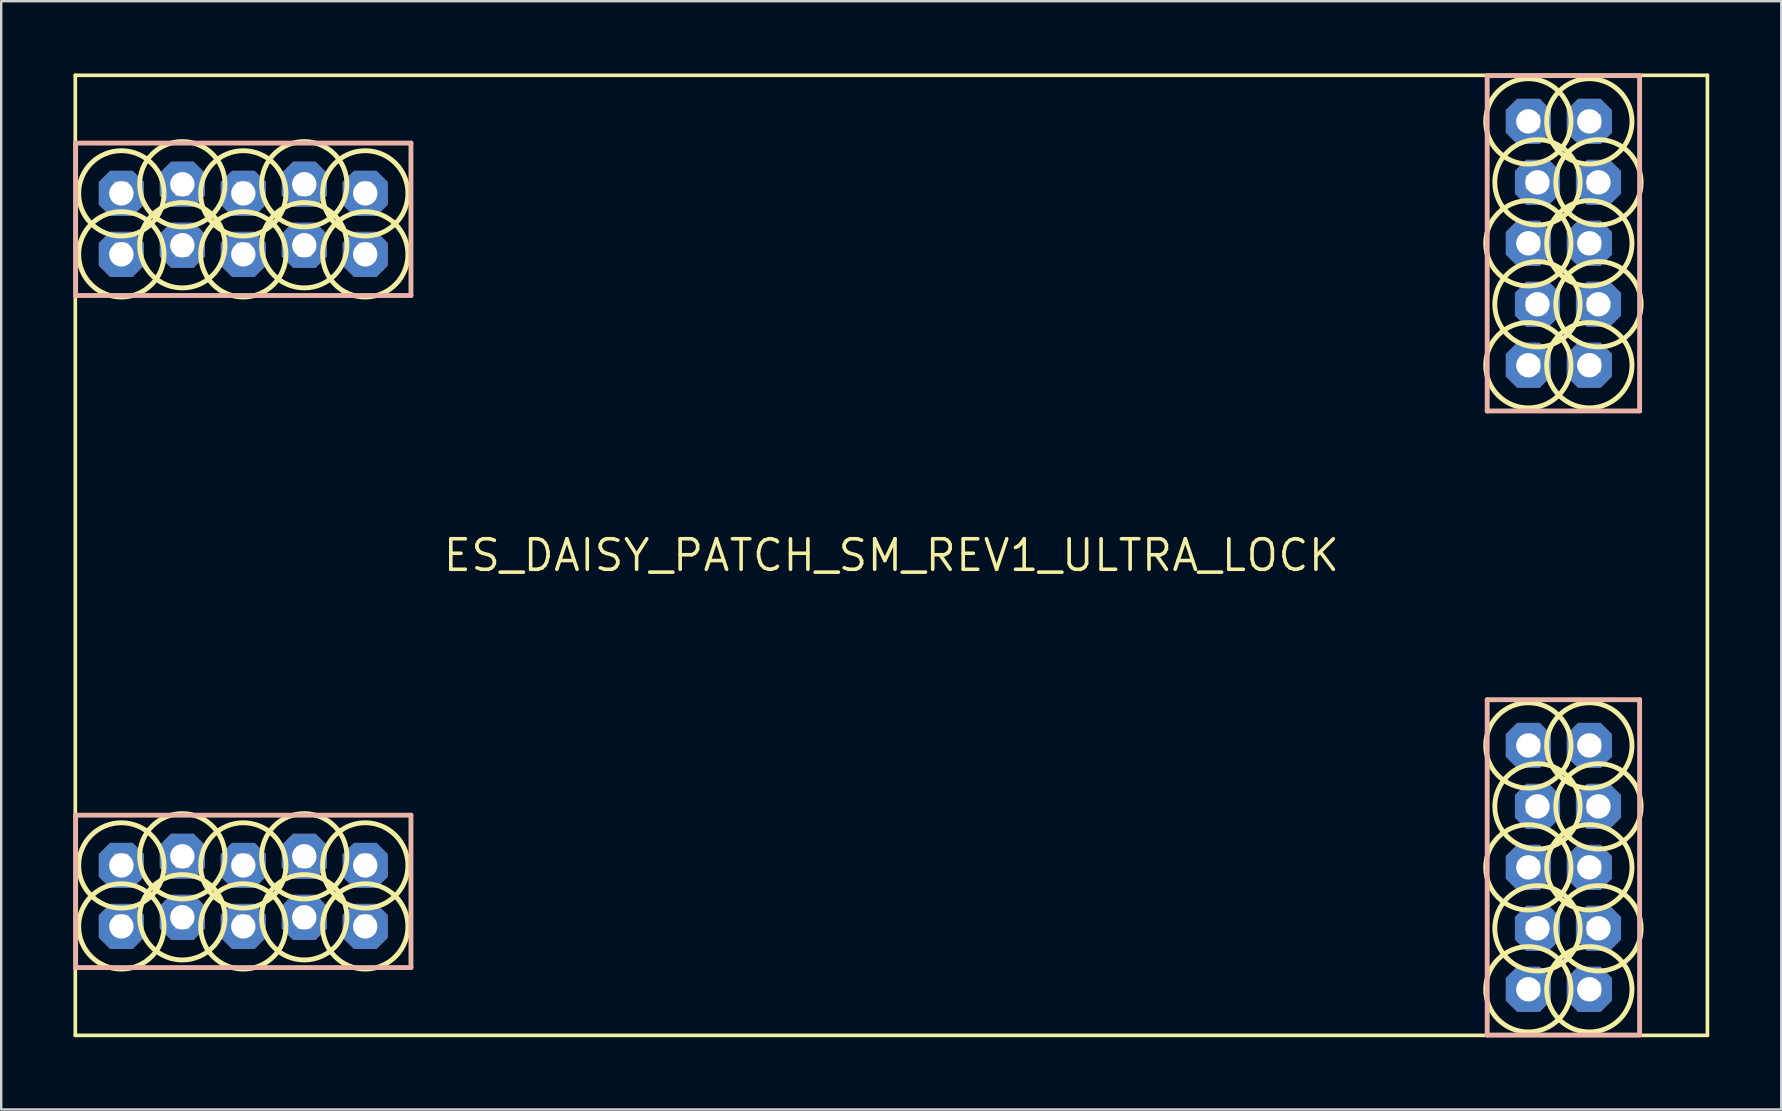
<source format=kicad_pcb>
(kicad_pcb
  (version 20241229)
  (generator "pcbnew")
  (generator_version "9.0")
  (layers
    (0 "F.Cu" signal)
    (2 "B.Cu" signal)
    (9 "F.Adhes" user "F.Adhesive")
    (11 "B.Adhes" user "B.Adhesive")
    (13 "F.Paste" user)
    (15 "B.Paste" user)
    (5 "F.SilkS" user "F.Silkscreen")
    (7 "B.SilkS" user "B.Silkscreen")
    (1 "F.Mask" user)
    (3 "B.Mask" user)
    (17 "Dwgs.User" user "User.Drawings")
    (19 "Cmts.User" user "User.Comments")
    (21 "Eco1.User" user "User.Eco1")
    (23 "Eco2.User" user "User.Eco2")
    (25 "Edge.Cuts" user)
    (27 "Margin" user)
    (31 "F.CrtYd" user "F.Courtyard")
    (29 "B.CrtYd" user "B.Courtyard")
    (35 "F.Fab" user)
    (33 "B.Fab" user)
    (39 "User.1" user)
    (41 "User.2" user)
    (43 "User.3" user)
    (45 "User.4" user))
  (footprint "ES_DAISY_PATCH_SM_REV1_ULTRA_LOCK"
    (layer "F.Cu")
    (at 34.087 20.087)
    (property "Reference" "ES_DAISY_PATCH_SM_REV1_ULTRA_LOCK" (at 0 0 0) (layer "F.SilkS") (effects (font (size 1.27 1.27) (thickness 0.15))))
    (fp_line (start -34 -20) (end 34 -20) (stroke (width 0.152) (type solid)) (layer "F.SilkS"))
    (fp_line (start -34 20) (end -34 -20) (stroke (width 0.152) (type solid)) (layer "F.SilkS"))
    (fp_line (start -34 20) (end 34 20) (stroke (width 0.152) (type solid)) (layer "F.SilkS"))
    (fp_line (start 34 20) (end 34 -20) (stroke (width 0.152) (type solid)) (layer "F.SilkS"))
    (fp_circle (center -32.08 -15.08) (end -30.302 -15.08) (stroke (width 0.203) (type solid)) (fill no) (layer "F.SilkS"))
    (fp_circle (center -32.08 -12.54) (end -30.302 -12.54) (stroke (width 0.203) (type solid)) (fill no) (layer "F.SilkS"))
    (fp_circle (center -32.08 12.92) (end -30.302 12.92) (stroke (width 0.203) (type solid)) (fill no) (layer "F.SilkS"))
    (fp_circle (center -32.08 15.46) (end -30.302 15.46) (stroke (width 0.203) (type solid)) (fill no) (layer "F.SilkS"))
    (fp_circle (center -29.54 -15.46) (end -27.762 -15.46) (stroke (width 0.203) (type solid)) (fill no) (layer "F.SilkS"))
    (fp_circle (center -29.54 -12.92) (end -27.762 -12.92) (stroke (width 0.203) (type solid)) (fill no) (layer "F.SilkS"))
    (fp_circle (center -29.54 12.54) (end -27.762 12.54) (stroke (width 0.203) (type solid)) (fill no) (layer "F.SilkS"))
    (fp_circle (center -29.54 15.08) (end -27.762 15.08) (stroke (width 0.203) (type solid)) (fill no) (layer "F.SilkS"))
    (fp_circle (center -27 -15.08) (end -25.222 -15.08) (stroke (width 0.203) (type solid)) (fill no) (layer "F.SilkS"))
    (fp_circle (center -27 -12.54) (end -25.222 -12.54) (stroke (width 0.203) (type solid)) (fill no) (layer "F.SilkS"))
    (fp_circle (center -27 12.92) (end -25.222 12.92) (stroke (width 0.203) (type solid)) (fill no) (layer "F.SilkS"))
    (fp_circle (center -27 15.46) (end -25.222 15.46) (stroke (width 0.203) (type solid)) (fill no) (layer "F.SilkS"))
    (fp_circle (center -24.46 -15.46) (end -22.682 -15.46) (stroke (width 0.203) (type solid)) (fill no) (layer "F.SilkS"))
    (fp_circle (center -24.46 -12.92) (end -22.682 -12.92) (stroke (width 0.203) (type solid)) (fill no) (layer "F.SilkS"))
    (fp_circle (center -24.46 12.54) (end -22.682 12.54) (stroke (width 0.203) (type solid)) (fill no) (layer "F.SilkS"))
    (fp_circle (center -24.46 15.08) (end -22.682 15.08) (stroke (width 0.203) (type solid)) (fill no) (layer "F.SilkS"))
    (fp_circle (center -21.92 -15.08) (end -20.142 -15.08) (stroke (width 0.203) (type solid)) (fill no) (layer "F.SilkS"))
    (fp_circle (center -21.92 -12.54) (end -20.142 -12.54) (stroke (width 0.203) (type solid)) (fill no) (layer "F.SilkS"))
    (fp_circle (center -21.92 12.92) (end -20.142 12.92) (stroke (width 0.203) (type solid)) (fill no) (layer "F.SilkS"))
    (fp_circle (center -21.92 15.46) (end -20.142 15.46) (stroke (width 0.203) (type solid)) (fill no) (layer "F.SilkS"))
    (fp_circle (center 26.54 -18.08) (end 28.318 -18.08) (stroke (width 0.203) (type solid)) (fill no) (layer "F.SilkS"))
    (fp_circle (center 26.54 -13) (end 28.318 -13) (stroke (width 0.203) (type solid)) (fill no) (layer "F.SilkS"))
    (fp_circle (center 26.54 -7.92) (end 28.318 -7.92) (stroke (width 0.203) (type solid)) (fill no) (layer "F.SilkS"))
    (fp_circle (center 26.54 7.92) (end 28.318 7.92) (stroke (width 0.203) (type solid)) (fill no) (layer "F.SilkS"))
    (fp_circle (center 26.54 13) (end 28.318 13) (stroke (width 0.203) (type solid)) (fill no) (layer "F.SilkS"))
    (fp_circle (center 26.54 18.08) (end 28.318 18.08) (stroke (width 0.203) (type solid)) (fill no) (layer "F.SilkS"))
    (fp_circle (center 26.92 -15.54) (end 28.698 -15.54) (stroke (width 0.203) (type solid)) (fill no) (layer "F.SilkS"))
    (fp_circle (center 26.92 -10.46) (end 28.698 -10.46) (stroke (width 0.203) (type solid)) (fill no) (layer "F.SilkS"))
    (fp_circle (center 26.92 10.46) (end 28.698 10.46) (stroke (width 0.203) (type solid)) (fill no) (layer "F.SilkS"))
    (fp_circle (center 26.92 15.54) (end 28.698 15.54) (stroke (width 0.203) (type solid)) (fill no) (layer "F.SilkS"))
    (fp_circle (center 29.08 -18.08) (end 30.858 -18.08) (stroke (width 0.203) (type solid)) (fill no) (layer "F.SilkS"))
    (fp_circle (center 29.08 -13) (end 30.858 -13) (stroke (width 0.203) (type solid)) (fill no) (layer "F.SilkS"))
    (fp_circle (center 29.08 -7.92) (end 30.858 -7.92) (stroke (width 0.203) (type solid)) (fill no) (layer "F.SilkS"))
    (fp_circle (center 29.08 7.92) (end 30.858 7.92) (stroke (width 0.203) (type solid)) (fill no) (layer "F.SilkS"))
    (fp_circle (center 29.08 13) (end 30.858 13) (stroke (width 0.203) (type solid)) (fill no) (layer "F.SilkS"))
    (fp_circle (center 29.08 18.08) (end 30.858 18.08) (stroke (width 0.203) (type solid)) (fill no) (layer "F.SilkS"))
    (fp_circle (center 29.46 -15.54) (end 31.238 -15.54) (stroke (width 0.203) (type solid)) (fill no) (layer "F.SilkS"))
    (fp_circle (center 29.46 -10.46) (end 31.238 -10.46) (stroke (width 0.203) (type solid)) (fill no) (layer "F.SilkS"))
    (fp_circle (center 29.46 10.46) (end 31.238 10.46) (stroke (width 0.203) (type solid)) (fill no) (layer "F.SilkS"))
    (fp_circle (center 29.46 15.54) (end 31.238 15.54) (stroke (width 0.203) (type solid)) (fill no) (layer "F.SilkS"))
    (fp_line (start -33.985 -17.175) (end -20.015 -17.175) (stroke (width 0.203) (type solid)) (layer "B.SilkS"))
    (fp_line (start -33.985 -10.825) (end -33.985 -17.175) (stroke (width 0.203) (type solid)) (layer "B.SilkS"))
    (fp_line (start -33.985 10.825) (end -20.015 10.825) (stroke (width 0.203) (type solid)) (layer "B.SilkS"))
    (fp_line (start -33.985 17.175) (end -33.985 10.825) (stroke (width 0.203) (type solid)) (layer "B.SilkS"))
    (fp_line (start -20.015 -17.175) (end -20.015 -10.825) (stroke (width 0.203) (type solid)) (layer "B.SilkS"))
    (fp_line (start -20.015 -10.825) (end -33.985 -10.825) (stroke (width 0.203) (type solid)) (layer "B.SilkS"))
    (fp_line (start -20.015 10.825) (end -20.015 17.175) (stroke (width 0.203) (type solid)) (layer "B.SilkS"))
    (fp_line (start -20.015 17.175) (end -33.985 17.175) (stroke (width 0.203) (type solid)) (layer "B.SilkS"))
    (fp_line (start 24.825 -19.985) (end 31.175 -19.985) (stroke (width 0.203) (type solid)) (layer "B.SilkS"))
    (fp_line (start 24.825 -6.015) (end 24.825 -19.985) (stroke (width 0.203) (type solid)) (layer "B.SilkS"))
    (fp_line (start 24.825 6.015) (end 31.175 6.015) (stroke (width 0.203) (type solid)) (layer "B.SilkS"))
    (fp_line (start 24.825 19.985) (end 24.825 6.015) (stroke (width 0.203) (type solid)) (layer "B.SilkS"))
    (fp_line (start 31.175 -19.985) (end 31.175 -6.015) (stroke (width 0.203) (type solid)) (layer "B.SilkS"))
    (fp_line (start 31.175 -6.015) (end 24.825 -6.015) (stroke (width 0.203) (type solid)) (layer "B.SilkS"))
    (fp_line (start 31.175 6.015) (end 31.175 19.985) (stroke (width 0.203) (type solid)) (layer "B.SilkS"))
    (fp_line (start 31.175 19.985) (end 24.825 19.985) (stroke (width 0.203) (type solid)) (layer "B.SilkS"))
    (fp_poly (pts (xy -31.826 -15.016) (xy -31.826 -15.524) (xy -32.334 -15.524) (xy -32.334 -15.016)) (stroke (width 0.1) (type solid)) (fill no) (layer "F.Fab"))
    (fp_poly (pts (xy -31.826 -12.476) (xy -31.826 -12.984) (xy -32.334 -12.984) (xy -32.334 -12.476)) (stroke (width 0.1) (type solid)) (fill no) (layer "F.Fab"))
    (fp_poly (pts (xy -31.826 12.984) (xy -31.826 12.476) (xy -32.334 12.476) (xy -32.334 12.984)) (stroke (width 0.1) (type solid)) (fill no) (layer "F.Fab"))
    (fp_poly (pts (xy -31.826 15.524) (xy -31.826 15.016) (xy -32.334 15.016) (xy -32.334 15.524)) (stroke (width 0.1) (type solid)) (fill no) (layer "F.Fab"))
    (fp_poly (pts (xy -29.286 -15.016) (xy -29.286 -15.524) (xy -29.794 -15.524) (xy -29.794 -15.016)) (stroke (width 0.1) (type solid)) (fill no) (layer "F.Fab"))
    (fp_poly (pts (xy -29.286 -12.476) (xy -29.286 -12.984) (xy -29.794 -12.984) (xy -29.794 -12.476)) (stroke (width 0.1) (type solid)) (fill no) (layer "F.Fab"))
    (fp_poly (pts (xy -29.286 12.984) (xy -29.286 12.476) (xy -29.794 12.476) (xy -29.794 12.984)) (stroke (width 0.1) (type solid)) (fill no) (layer "F.Fab"))
    (fp_poly (pts (xy -29.286 15.524) (xy -29.286 15.016) (xy -29.794 15.016) (xy -29.794 15.524)) (stroke (width 0.1) (type solid)) (fill no) (layer "F.Fab"))
    (fp_poly (pts (xy -26.746 -15.016) (xy -26.746 -15.524) (xy -27.254 -15.524) (xy -27.254 -15.016)) (stroke (width 0.1) (type solid)) (fill no) (layer "F.Fab"))
    (fp_poly (pts (xy -26.746 -12.476) (xy -26.746 -12.984) (xy -27.254 -12.984) (xy -27.254 -12.476)) (stroke (width 0.1) (type solid)) (fill no) (layer "F.Fab"))
    (fp_poly (pts (xy -26.746 12.984) (xy -26.746 12.476) (xy -27.254 12.476) (xy -27.254 12.984)) (stroke (width 0.1) (type solid)) (fill no) (layer "F.Fab"))
    (fp_poly (pts (xy -26.746 15.524) (xy -26.746 15.016) (xy -27.254 15.016) (xy -27.254 15.524)) (stroke (width 0.1) (type solid)) (fill no) (layer "F.Fab"))
    (fp_poly (pts (xy -24.206 -15.016) (xy -24.206 -15.524) (xy -24.714 -15.524) (xy -24.714 -15.016)) (stroke (width 0.1) (type solid)) (fill no) (layer "F.Fab"))
    (fp_poly (pts (xy -24.206 -12.476) (xy -24.206 -12.984) (xy -24.714 -12.984) (xy -24.714 -12.476)) (stroke (width 0.1) (type solid)) (fill no) (layer "F.Fab"))
    (fp_poly (pts (xy -24.206 12.984) (xy -24.206 12.476) (xy -24.714 12.476) (xy -24.714 12.984)) (stroke (width 0.1) (type solid)) (fill no) (layer "F.Fab"))
    (fp_poly (pts (xy -24.206 15.524) (xy -24.206 15.016) (xy -24.714 15.016) (xy -24.714 15.524)) (stroke (width 0.1) (type solid)) (fill no) (layer "F.Fab"))
    (fp_poly (pts (xy -21.666 -15.016) (xy -21.666 -15.524) (xy -22.174 -15.524) (xy -22.174 -15.016)) (stroke (width 0.1) (type solid)) (fill no) (layer "F.Fab"))
    (fp_poly (pts (xy -21.666 -12.476) (xy -21.666 -12.984) (xy -22.174 -12.984) (xy -22.174 -12.476)) (stroke (width 0.1) (type solid)) (fill no) (layer "F.Fab"))
    (fp_poly (pts (xy -21.666 12.984) (xy -21.666 12.476) (xy -22.174 12.476) (xy -22.174 12.984)) (stroke (width 0.1) (type solid)) (fill no) (layer "F.Fab"))
    (fp_poly (pts (xy -21.666 15.524) (xy -21.666 15.016) (xy -22.174 15.016) (xy -22.174 15.524)) (stroke (width 0.1) (type solid)) (fill no) (layer "F.Fab"))
    (fp_poly (pts (xy 26.476 -17.826) (xy 26.984 -17.826) (xy 26.984 -18.334) (xy 26.476 -18.334)) (stroke (width 0.1) (type solid)) (fill no) (layer "F.Fab"))
    (fp_poly (pts (xy 26.476 -15.286) (xy 26.984 -15.286) (xy 26.984 -15.794) (xy 26.476 -15.794)) (stroke (width 0.1) (type solid)) (fill no) (layer "F.Fab"))
    (fp_poly (pts (xy 26.476 -12.746) (xy 26.984 -12.746) (xy 26.984 -13.254) (xy 26.476 -13.254)) (stroke (width 0.1) (type solid)) (fill no) (layer "F.Fab"))
    (fp_poly (pts (xy 26.476 -10.206) (xy 26.984 -10.206) (xy 26.984 -10.714) (xy 26.476 -10.714)) (stroke (width 0.1) (type solid)) (fill no) (layer "F.Fab"))
    (fp_poly (pts (xy 26.476 -7.666) (xy 26.984 -7.666) (xy 26.984 -8.174) (xy 26.476 -8.174)) (stroke (width 0.1) (type solid)) (fill no) (layer "F.Fab"))
    (fp_poly (pts (xy 26.476 8.174) (xy 26.984 8.174) (xy 26.984 7.666) (xy 26.476 7.666)) (stroke (width 0.1) (type solid)) (fill no) (layer "F.Fab"))
    (fp_poly (pts (xy 26.476 10.714) (xy 26.984 10.714) (xy 26.984 10.206) (xy 26.476 10.206)) (stroke (width 0.1) (type solid)) (fill no) (layer "F.Fab"))
    (fp_poly (pts (xy 26.476 13.254) (xy 26.984 13.254) (xy 26.984 12.746) (xy 26.476 12.746)) (stroke (width 0.1) (type solid)) (fill no) (layer "F.Fab"))
    (fp_poly (pts (xy 26.476 15.794) (xy 26.984 15.794) (xy 26.984 15.286) (xy 26.476 15.286)) (stroke (width 0.1) (type solid)) (fill no) (layer "F.Fab"))
    (fp_poly (pts (xy 26.476 18.334) (xy 26.984 18.334) (xy 26.984 17.826) (xy 26.476 17.826)) (stroke (width 0.1) (type solid)) (fill no) (layer "F.Fab"))
    (fp_poly (pts (xy 29.016 -17.826) (xy 29.524 -17.826) (xy 29.524 -18.334) (xy 29.016 -18.334)) (stroke (width 0.1) (type solid)) (fill no) (layer "F.Fab"))
    (fp_poly (pts (xy 29.016 -15.286) (xy 29.524 -15.286) (xy 29.524 -15.794) (xy 29.016 -15.794)) (stroke (width 0.1) (type solid)) (fill no) (layer "F.Fab"))
    (fp_poly (pts (xy 29.016 -12.746) (xy 29.524 -12.746) (xy 29.524 -13.254) (xy 29.016 -13.254)) (stroke (width 0.1) (type solid)) (fill no) (layer "F.Fab"))
    (fp_poly (pts (xy 29.016 -10.206) (xy 29.524 -10.206) (xy 29.524 -10.714) (xy 29.016 -10.714)) (stroke (width 0.1) (type solid)) (fill no) (layer "F.Fab"))
    (fp_poly (pts (xy 29.016 -7.666) (xy 29.524 -7.666) (xy 29.524 -8.174) (xy 29.016 -8.174)) (stroke (width 0.1) (type solid)) (fill no) (layer "F.Fab"))
    (fp_poly (pts (xy 29.016 8.174) (xy 29.524 8.174) (xy 29.524 7.666) (xy 29.016 7.666)) (stroke (width 0.1) (type solid)) (fill no) (layer "F.Fab"))
    (fp_poly (pts (xy 29.016 10.714) (xy 29.524 10.714) (xy 29.524 10.206) (xy 29.016 10.206)) (stroke (width 0.1) (type solid)) (fill no) (layer "F.Fab"))
    (fp_poly (pts (xy 29.016 13.254) (xy 29.524 13.254) (xy 29.524 12.746) (xy 29.016 12.746)) (stroke (width 0.1) (type solid)) (fill no) (layer "F.Fab"))
    (fp_poly (pts (xy 29.016 15.794) (xy 29.524 15.794) (xy 29.524 15.286) (xy 29.016 15.286)) (stroke (width 0.1) (type solid)) (fill no) (layer "F.Fab"))
    (fp_poly (pts (xy 29.016 18.334) (xy 29.524 18.334) (xy 29.524 17.826) (xy 29.016 17.826)) (stroke (width 0.1) (type solid)) (fill no) (layer "F.Fab"))
    (pad "A1" thru_hole roundrect (at -32.08 15.46 270) (size 1.88 1.88) (drill 1.016) (layers "*.Cu" "*.Mask") (roundrect_rratio 0.25) (chamfer_ratio 0.25) (chamfer top_left top_right bottom_left bottom_right))
    (pad "A2" thru_hole roundrect (at -29.54 15.08 270) (size 1.88 1.88) (drill 1.016) (layers "*.Cu" "*.Mask") (roundrect_rratio 0.25) (chamfer_ratio 0.25) (chamfer top_left top_right bottom_left bottom_right))
    (pad "A3" thru_hole roundrect (at -27 15.46 270) (size 1.88 1.88) (drill 1.016) (layers "*.Cu" "*.Mask") (roundrect_rratio 0.25) (chamfer_ratio 0.25) (chamfer top_left top_right bottom_left bottom_right))
    (pad "A4" thru_hole roundrect (at -24.46 15.08 270) (size 1.88 1.88) (drill 1.016) (layers "*.Cu" "*.Mask") (roundrect_rratio 0.25) (chamfer_ratio 0.25) (chamfer top_left top_right bottom_left bottom_right))
    (pad "A5" thru_hole roundrect (at -21.92 15.46 270) (size 1.88 1.88) (drill 1.016) (layers "*.Cu" "*.Mask") (roundrect_rratio 0.25) (chamfer_ratio 0.25) (chamfer top_left top_right bottom_left bottom_right))
    (pad "A6" thru_hole roundrect (at -21.92 12.92 270) (size 1.88 1.88) (drill 1.016) (layers "*.Cu" "*.Mask") (roundrect_rratio 0.25) (chamfer_ratio 0.25) (chamfer top_left top_right bottom_left bottom_right))
    (pad "A7" thru_hole roundrect (at -24.46 12.54 270) (size 1.88 1.88) (drill 1.016) (layers "*.Cu" "*.Mask") (roundrect_rratio 0.25) (chamfer_ratio 0.25) (chamfer top_left top_right bottom_left bottom_right))
    (pad "A8" thru_hole roundrect (at -27 12.92 270) (size 1.88 1.88) (drill 1.016) (layers "*.Cu" "*.Mask") (roundrect_rratio 0.25) (chamfer_ratio 0.25) (chamfer top_left top_right bottom_left bottom_right))
    (pad "A9" thru_hole roundrect (at -29.54 12.54 270) (size 1.88 1.88) (drill 1.016) (layers "*.Cu" "*.Mask") (roundrect_rratio 0.25) (chamfer_ratio 0.25) (chamfer top_left top_right bottom_left bottom_right))
    (pad "A10" thru_hole roundrect (at -32.08 12.92 270) (size 1.88 1.88) (drill 1.016) (layers "*.Cu" "*.Mask") (roundrect_rratio 0.25) (chamfer_ratio 0.25) (chamfer top_left top_right bottom_left bottom_right))
    (pad "B1" thru_hole roundrect (at 29.08 18.08 180) (size 1.88 1.88) (drill 1.016) (layers "*.Cu" "*.Mask") (roundrect_rratio 0.25) (chamfer_ratio 0.25) (chamfer top_left top_right bottom_left bottom_right))
    (pad "B2" thru_hole roundrect (at 29.46 15.54 180) (size 1.88 1.88) (drill 1.016) (layers "*.Cu" "*.Mask") (roundrect_rratio 0.25) (chamfer_ratio 0.25) (chamfer top_left top_right bottom_left bottom_right))
    (pad "B3" thru_hole roundrect (at 29.08 13 180) (size 1.88 1.88) (drill 1.016) (layers "*.Cu" "*.Mask") (roundrect_rratio 0.25) (chamfer_ratio 0.25) (chamfer top_left top_right bottom_left bottom_right))
    (pad "B4" thru_hole roundrect (at 29.46 10.46 180) (size 1.88 1.88) (drill 1.016) (layers "*.Cu" "*.Mask") (roundrect_rratio 0.25) (chamfer_ratio 0.25) (chamfer top_left top_right bottom_left bottom_right))
    (pad "B5" thru_hole roundrect (at 29.08 7.92 180) (size 1.88 1.88) (drill 1.016) (layers "*.Cu" "*.Mask") (roundrect_rratio 0.25) (chamfer_ratio 0.25) (chamfer top_left top_right bottom_left bottom_right))
    (pad "B6" thru_hole roundrect (at 26.54 7.92 180) (size 1.88 1.88) (drill 1.016) (layers "*.Cu" "*.Mask") (roundrect_rratio 0.25) (chamfer_ratio 0.25) (chamfer top_left top_right bottom_left bottom_right))
    (pad "B7" thru_hole roundrect (at 26.92 10.46 180) (size 1.88 1.88) (drill 1.016) (layers "*.Cu" "*.Mask") (roundrect_rratio 0.25) (chamfer_ratio 0.25) (chamfer top_left top_right bottom_left bottom_right))
    (pad "B8" thru_hole roundrect (at 26.54 13 180) (size 1.88 1.88) (drill 1.016) (layers "*.Cu" "*.Mask") (roundrect_rratio 0.25) (chamfer_ratio 0.25) (chamfer top_left top_right bottom_left bottom_right))
    (pad "B9" thru_hole roundrect (at 26.92 15.54 180) (size 1.88 1.88) (drill 1.016) (layers "*.Cu" "*.Mask") (roundrect_rratio 0.25) (chamfer_ratio 0.25) (chamfer top_left top_right bottom_left bottom_right))
    (pad "B10" thru_hole roundrect (at 26.54 18.08 180) (size 1.88 1.88) (drill 1.016) (layers "*.Cu" "*.Mask") (roundrect_rratio 0.25) (chamfer_ratio 0.25) (chamfer top_left top_right bottom_left bottom_right))
    (pad "C1" thru_hole roundrect (at 29.08 -7.92 180) (size 1.88 1.88) (drill 1.016) (layers "*.Cu" "*.Mask") (roundrect_rratio 0.25) (chamfer_ratio 0.25) (chamfer top_left top_right bottom_left bottom_right))
    (pad "C2" thru_hole roundrect (at 29.46 -10.46 180) (size 1.88 1.88) (drill 1.016) (layers "*.Cu" "*.Mask") (roundrect_rratio 0.25) (chamfer_ratio 0.25) (chamfer top_left top_right bottom_left bottom_right))
    (pad "C3" thru_hole roundrect (at 29.08 -13 180) (size 1.88 1.88) (drill 1.016) (layers "*.Cu" "*.Mask") (roundrect_rratio 0.25) (chamfer_ratio 0.25) (chamfer top_left top_right bottom_left bottom_right))
    (pad "C4" thru_hole roundrect (at 29.46 -15.54 180) (size 1.88 1.88) (drill 1.016) (layers "*.Cu" "*.Mask") (roundrect_rratio 0.25) (chamfer_ratio 0.25) (chamfer top_left top_right bottom_left bottom_right))
    (pad "C5" thru_hole roundrect (at 29.08 -18.08 180) (size 1.88 1.88) (drill 1.016) (layers "*.Cu" "*.Mask") (roundrect_rratio 0.25) (chamfer_ratio 0.25) (chamfer top_left top_right bottom_left bottom_right))
    (pad "C6" thru_hole roundrect (at 26.54 -18.08 180) (size 1.88 1.88) (drill 1.016) (layers "*.Cu" "*.Mask") (roundrect_rratio 0.25) (chamfer_ratio 0.25) (chamfer top_left top_right bottom_left bottom_right))
    (pad "C7" thru_hole roundrect (at 26.92 -15.54 180) (size 1.88 1.88) (drill 1.016) (layers "*.Cu" "*.Mask") (roundrect_rratio 0.25) (chamfer_ratio 0.25) (chamfer top_left top_right bottom_left bottom_right))
    (pad "C8" thru_hole roundrect (at 26.54 -13 180) (size 1.88 1.88) (drill 1.016) (layers "*.Cu" "*.Mask") (roundrect_rratio 0.25) (chamfer_ratio 0.25) (chamfer top_left top_right bottom_left bottom_right))
    (pad "C9" thru_hole roundrect (at 26.92 -10.46 180) (size 1.88 1.88) (drill 1.016) (layers "*.Cu" "*.Mask") (roundrect_rratio 0.25) (chamfer_ratio 0.25) (chamfer top_left top_right bottom_left bottom_right))
    (pad "C10" thru_hole roundrect (at 26.54 -7.92 180) (size 1.88 1.88) (drill 1.016) (layers "*.Cu" "*.Mask") (roundrect_rratio 0.25) (chamfer_ratio 0.25) (chamfer top_left top_right bottom_left bottom_right))
    (pad "D1" thru_hole roundrect (at -32.08 -12.54 270) (size 1.88 1.88) (drill 1.016) (layers "*.Cu" "*.Mask") (roundrect_rratio 0.25) (chamfer_ratio 0.25) (chamfer top_left top_right bottom_left bottom_right))
    (pad "D2" thru_hole roundrect (at -29.54 -12.92 270) (size 1.88 1.88) (drill 1.016) (layers "*.Cu" "*.Mask") (roundrect_rratio 0.25) (chamfer_ratio 0.25) (chamfer top_left top_right bottom_left bottom_right))
    (pad "D3" thru_hole roundrect (at -27 -12.54 270) (size 1.88 1.88) (drill 1.016) (layers "*.Cu" "*.Mask") (roundrect_rratio 0.25) (chamfer_ratio 0.25) (chamfer top_left top_right bottom_left bottom_right))
    (pad "D4" thru_hole roundrect (at -24.46 -12.92 270) (size 1.88 1.88) (drill 1.016) (layers "*.Cu" "*.Mask") (roundrect_rratio 0.25) (chamfer_ratio 0.25) (chamfer top_left top_right bottom_left bottom_right))
    (pad "D5" thru_hole roundrect (at -21.92 -12.54 270) (size 1.88 1.88) (drill 1.016) (layers "*.Cu" "*.Mask") (roundrect_rratio 0.25) (chamfer_ratio 0.25) (chamfer top_left top_right bottom_left bottom_right))
    (pad "D6" thru_hole roundrect (at -21.92 -15.08 270) (size 1.88 1.88) (drill 1.016) (layers "*.Cu" "*.Mask") (roundrect_rratio 0.25) (chamfer_ratio 0.25) (chamfer top_left top_right bottom_left bottom_right))
    (pad "D7" thru_hole roundrect (at -24.46 -15.46 270) (size 1.88 1.88) (drill 1.016) (layers "*.Cu" "*.Mask") (roundrect_rratio 0.25) (chamfer_ratio 0.25) (chamfer top_left top_right bottom_left bottom_right))
    (pad "D8" thru_hole roundrect (at -27 -15.08 270) (size 1.88 1.88) (drill 1.016) (layers "*.Cu" "*.Mask") (roundrect_rratio 0.25) (chamfer_ratio 0.25) (chamfer top_left top_right bottom_left bottom_right))
    (pad "D9" thru_hole roundrect (at -29.54 -15.46 270) (size 1.88 1.88) (drill 1.016) (layers "*.Cu" "*.Mask") (roundrect_rratio 0.25) (chamfer_ratio 0.25) (chamfer top_left top_right bottom_left bottom_right))
    (pad "D10" thru_hole roundrect (at -32.08 -15.08 270) (size 1.88 1.88) (drill 1.016) (layers "*.Cu" "*.Mask") (roundrect_rratio 0.25) (chamfer_ratio 0.25) (chamfer top_left top_right bottom_left bottom_right)))
  (gr_rect
    (start -3 -3)
    (end 71.163 43.173)
    (stroke (width 0.1) (type default))
    (fill no)
    (layer "Edge.Cuts")))
</source>
